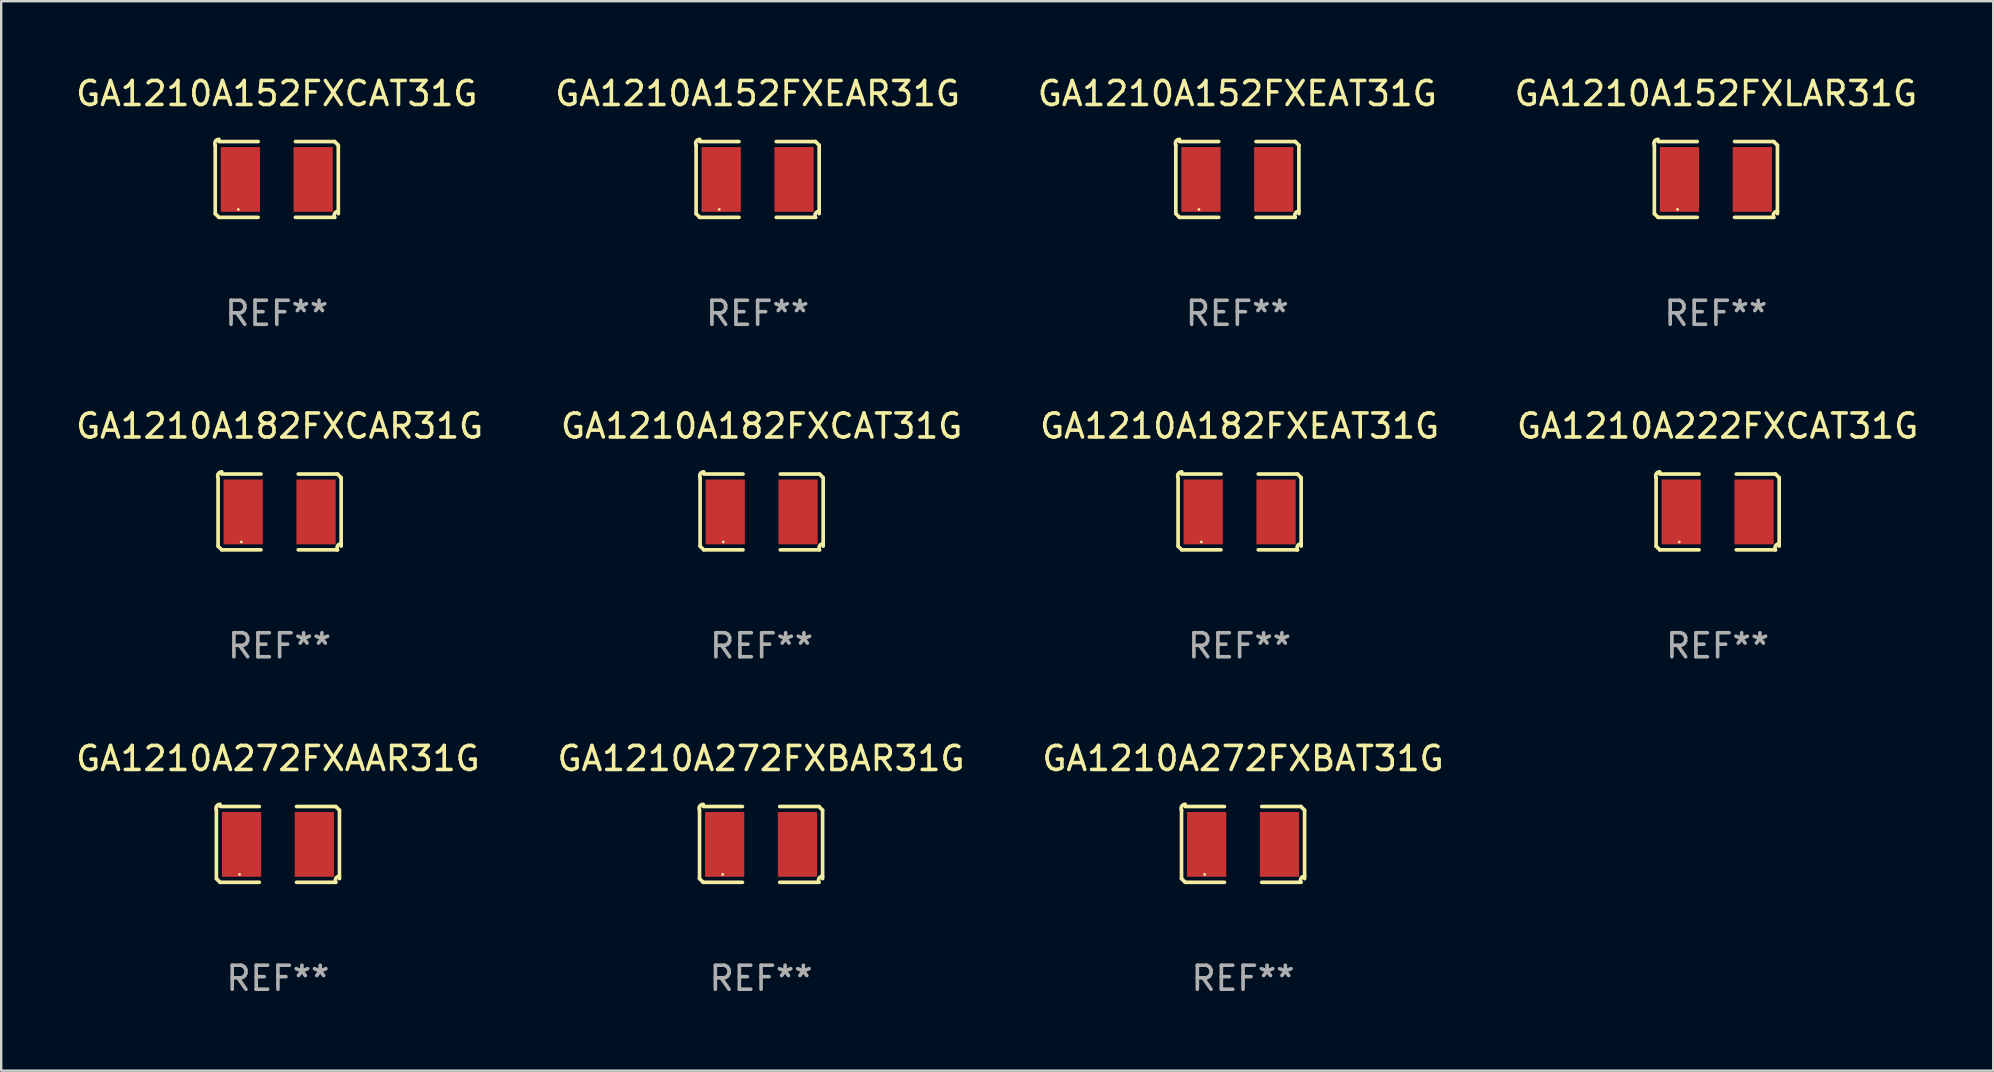
<source format=kicad_pcb>
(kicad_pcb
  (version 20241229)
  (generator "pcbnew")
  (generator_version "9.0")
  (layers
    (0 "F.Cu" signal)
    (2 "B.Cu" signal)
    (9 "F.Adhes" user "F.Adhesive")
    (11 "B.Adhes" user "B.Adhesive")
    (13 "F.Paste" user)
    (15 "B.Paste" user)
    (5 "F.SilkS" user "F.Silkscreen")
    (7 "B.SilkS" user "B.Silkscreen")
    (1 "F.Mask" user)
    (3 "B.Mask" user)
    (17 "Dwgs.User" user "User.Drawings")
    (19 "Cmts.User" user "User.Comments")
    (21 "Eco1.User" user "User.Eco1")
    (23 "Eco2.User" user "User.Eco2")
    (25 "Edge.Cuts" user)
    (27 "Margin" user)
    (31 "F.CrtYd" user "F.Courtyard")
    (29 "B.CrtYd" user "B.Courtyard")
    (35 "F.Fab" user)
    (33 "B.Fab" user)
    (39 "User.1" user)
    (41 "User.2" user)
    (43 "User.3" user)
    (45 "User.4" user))
  (footprint "GA1210A182FXCAT31G"
    (layer "F.Cu")
    (at 28.685 18.281)
    (property "Reference" "GA1210A182FXCAT31G" (at 0 -3.579 0) (layer "F.SilkS") (effects (font (size 1 1) (thickness 0.15))))
    (attr through_hole)
    (fp_line (start -2.564 1.426) (end -2.564 -1.426) (stroke (width 0.152) (type solid)) (layer "F.SilkS"))
    (fp_line (start -2.411 -1.579) (end -0.776 -1.579) (stroke (width 0.152) (type solid)) (layer "F.SilkS"))
    (fp_line (start -0.776 1.579) (end -2.411 1.579) (stroke (width 0.152) (type solid)) (layer "F.SilkS"))
    (fp_line (start 0.776 1.579) (end 2.411 1.579) (stroke (width 0.152) (type solid)) (layer "F.SilkS"))
    (fp_line (start 2.411 -1.579) (end 0.776 -1.579) (stroke (width 0.152) (type solid)) (layer "F.SilkS"))
    (fp_line (start 2.564 1.426) (end 2.564 -1.426) (stroke (width 0.152) (type solid)) (layer "F.SilkS"))
    (fp_arc (start -2.563602 -1.426213) (mid -2.555597 -1.591233) (end -2.411201 -1.671518) (stroke (width 0.1524) (type solid)) (layer "F.SilkS"))
    (fp_arc (start -2.5636 1.426214) (mid -2.487389 1.502402) (end -2.411201 1.578613) (stroke (width 0.1524) (type solid)) (layer "F.SilkS"))
    (fp_arc (start 2.411197 -1.578618) (mid 2.487403 -1.502419) (end 2.563602 -1.426213) (stroke (width 0.1524) (type solid)) (layer "F.SilkS"))
    (fp_arc (start 2.411201 1.578613) (mid 2.416214 1.409455) (end 2.563602 1.32629) (stroke (width 0.1524) (type solid)) (layer "F.SilkS"))
    (fp_circle (center -1.6 1.25) (end -1.57 1.25) (stroke (width 0.06) (type solid)) (fill no) (layer "F.SilkS"))
    (fp_text user "REF**" (at 0 5.579 0) (layer "F.Fab") (effects (font (size 1 1) (thickness 0.15))))
    (pad "1" smd rect (at -1.517 0) (size 1.635 2.7) (layers "F.Cu" "F.Mask" "F.Paste"))
    (pad "2" smd rect (at 1.517 0) (size 1.635 2.7) (layers "F.Cu" "F.Mask" "F.Paste")))
  (footprint "GA1210A272FXBAR31G"
    (layer "F.Cu")
    (at 28.661 32.134)
    (property "Reference" "GA1210A272FXBAR31G" (at 0 -3.579 0) (layer "F.SilkS") (effects (font (size 1 1) (thickness 0.15))))
    (attr through_hole)
    (fp_line (start -2.564 1.426) (end -2.564 -1.426) (stroke (width 0.152) (type solid)) (layer "F.SilkS"))
    (fp_line (start -2.411 -1.579) (end -0.776 -1.579) (stroke (width 0.152) (type solid)) (layer "F.SilkS"))
    (fp_line (start -0.776 1.579) (end -2.411 1.579) (stroke (width 0.152) (type solid)) (layer "F.SilkS"))
    (fp_line (start 0.776 1.579) (end 2.411 1.579) (stroke (width 0.152) (type solid)) (layer "F.SilkS"))
    (fp_line (start 2.411 -1.579) (end 0.776 -1.579) (stroke (width 0.152) (type solid)) (layer "F.SilkS"))
    (fp_line (start 2.564 1.426) (end 2.564 -1.426) (stroke (width 0.152) (type solid)) (layer "F.SilkS"))
    (fp_arc (start -2.563602 -1.426213) (mid -2.555597 -1.591233) (end -2.411201 -1.671518) (stroke (width 0.1524) (type solid)) (layer "F.SilkS"))
    (fp_arc (start -2.5636 1.426214) (mid -2.487389 1.502402) (end -2.411201 1.578613) (stroke (width 0.1524) (type solid)) (layer "F.SilkS"))
    (fp_arc (start 2.411197 -1.578618) (mid 2.487403 -1.502419) (end 2.563602 -1.426213) (stroke (width 0.1524) (type solid)) (layer "F.SilkS"))
    (fp_arc (start 2.411201 1.578613) (mid 2.416214 1.409455) (end 2.563602 1.32629) (stroke (width 0.1524) (type solid)) (layer "F.SilkS"))
    (fp_circle (center -1.6 1.25) (end -1.57 1.25) (stroke (width 0.06) (type solid)) (fill no) (layer "F.SilkS"))
    (fp_text user "REF**" (at 0 5.579 0) (layer "F.Fab") (effects (font (size 1 1) (thickness 0.15))))
    (pad "1" smd rect (at -1.517 0) (size 1.635 2.7) (layers "F.Cu" "F.Mask" "F.Paste"))
    (pad "2" smd rect (at 1.517 0) (size 1.635 2.7) (layers "F.Cu" "F.Mask" "F.Paste")))
  (footprint "GA1210A222FXCAT31G"
    (layer "F.Cu")
    (at 68.518 18.281)
    (property "Reference" "GA1210A222FXCAT31G" (at 0 -3.579 0) (layer "F.SilkS") (effects (font (size 1 1) (thickness 0.15))))
    (attr through_hole)
    (fp_line (start -2.564 1.426) (end -2.564 -1.426) (stroke (width 0.152) (type solid)) (layer "F.SilkS"))
    (fp_line (start -2.411 -1.579) (end -0.776 -1.579) (stroke (width 0.152) (type solid)) (layer "F.SilkS"))
    (fp_line (start -0.776 1.579) (end -2.411 1.579) (stroke (width 0.152) (type solid)) (layer "F.SilkS"))
    (fp_line (start 0.776 1.579) (end 2.411 1.579) (stroke (width 0.152) (type solid)) (layer "F.SilkS"))
    (fp_line (start 2.411 -1.579) (end 0.776 -1.579) (stroke (width 0.152) (type solid)) (layer "F.SilkS"))
    (fp_line (start 2.564 1.426) (end 2.564 -1.426) (stroke (width 0.152) (type solid)) (layer "F.SilkS"))
    (fp_arc (start -2.563602 -1.426213) (mid -2.555597 -1.591233) (end -2.411201 -1.671518) (stroke (width 0.1524) (type solid)) (layer "F.SilkS"))
    (fp_arc (start -2.5636 1.426214) (mid -2.487389 1.502402) (end -2.411201 1.578613) (stroke (width 0.1524) (type solid)) (layer "F.SilkS"))
    (fp_arc (start 2.411197 -1.578618) (mid 2.487403 -1.502419) (end 2.563602 -1.426213) (stroke (width 0.1524) (type solid)) (layer "F.SilkS"))
    (fp_arc (start 2.411201 1.578613) (mid 2.416214 1.409455) (end 2.563602 1.32629) (stroke (width 0.1524) (type solid)) (layer "F.SilkS"))
    (fp_circle (center -1.6 1.25) (end -1.57 1.25) (stroke (width 0.06) (type solid)) (fill no) (layer "F.SilkS"))
    (fp_text user "REF**" (at 0 5.579 0) (layer "F.Fab") (effects (font (size 1 1) (thickness 0.15))))
    (pad "1" smd rect (at -1.517 0) (size 1.635 2.7) (layers "F.Cu" "F.Mask" "F.Paste"))
    (pad "2" smd rect (at 1.517 0) (size 1.635 2.7) (layers "F.Cu" "F.Mask" "F.Paste")))
  (footprint "GA1210A152FXCAT31G"
    (layer "F.Cu")
    (at 8.482 4.427)
    (property "Reference" "GA1210A152FXCAT31G" (at 0 -3.579 0) (layer "F.SilkS") (effects (font (size 1 1) (thickness 0.15))))
    (attr through_hole)
    (fp_line (start -2.564 1.426) (end -2.564 -1.426) (stroke (width 0.152) (type solid)) (layer "F.SilkS"))
    (fp_line (start -2.411 -1.579) (end -0.776 -1.579) (stroke (width 0.152) (type solid)) (layer "F.SilkS"))
    (fp_line (start -0.776 1.579) (end -2.411 1.579) (stroke (width 0.152) (type solid)) (layer "F.SilkS"))
    (fp_line (start 0.776 1.579) (end 2.411 1.579) (stroke (width 0.152) (type solid)) (layer "F.SilkS"))
    (fp_line (start 2.411 -1.579) (end 0.776 -1.579) (stroke (width 0.152) (type solid)) (layer "F.SilkS"))
    (fp_line (start 2.564 1.426) (end 2.564 -1.426) (stroke (width 0.152) (type solid)) (layer "F.SilkS"))
    (fp_arc (start -2.563602 -1.426213) (mid -2.555597 -1.591233) (end -2.411201 -1.671518) (stroke (width 0.1524) (type solid)) (layer "F.SilkS"))
    (fp_arc (start -2.5636 1.426214) (mid -2.487389 1.502402) (end -2.411201 1.578613) (stroke (width 0.1524) (type solid)) (layer "F.SilkS"))
    (fp_arc (start 2.411197 -1.578618) (mid 2.487403 -1.502419) (end 2.563602 -1.426213) (stroke (width 0.1524) (type solid)) (layer "F.SilkS"))
    (fp_arc (start 2.411201 1.578613) (mid 2.416214 1.409455) (end 2.563602 1.32629) (stroke (width 0.1524) (type solid)) (layer "F.SilkS"))
    (fp_circle (center -1.6 1.25) (end -1.57 1.25) (stroke (width 0.06) (type solid)) (fill no) (layer "F.SilkS"))
    (fp_text user "REF**" (at 0 5.579 0) (layer "F.Fab") (effects (font (size 1 1) (thickness 0.15))))
    (pad "1" smd rect (at -1.517 0) (size 1.635 2.7) (layers "F.Cu" "F.Mask" "F.Paste"))
    (pad "2" smd rect (at 1.517 0) (size 1.635 2.7) (layers "F.Cu" "F.Mask" "F.Paste")))
  (footprint "GA1210A182FXCAR31G"
    (layer "F.Cu")
    (at 8.601 18.281)
    (property "Reference" "GA1210A182FXCAR31G" (at 0 -3.579 0) (layer "F.SilkS") (effects (font (size 1 1) (thickness 0.15))))
    (attr through_hole)
    (fp_line (start -2.564 1.426) (end -2.564 -1.426) (stroke (width 0.152) (type solid)) (layer "F.SilkS"))
    (fp_line (start -2.411 -1.579) (end -0.776 -1.579) (stroke (width 0.152) (type solid)) (layer "F.SilkS"))
    (fp_line (start -0.776 1.579) (end -2.411 1.579) (stroke (width 0.152) (type solid)) (layer "F.SilkS"))
    (fp_line (start 0.776 1.579) (end 2.411 1.579) (stroke (width 0.152) (type solid)) (layer "F.SilkS"))
    (fp_line (start 2.411 -1.579) (end 0.776 -1.579) (stroke (width 0.152) (type solid)) (layer "F.SilkS"))
    (fp_line (start 2.564 1.426) (end 2.564 -1.426) (stroke (width 0.152) (type solid)) (layer "F.SilkS"))
    (fp_arc (start -2.563602 -1.426213) (mid -2.555597 -1.591233) (end -2.411201 -1.671518) (stroke (width 0.1524) (type solid)) (layer "F.SilkS"))
    (fp_arc (start -2.5636 1.426214) (mid -2.487389 1.502402) (end -2.411201 1.578613) (stroke (width 0.1524) (type solid)) (layer "F.SilkS"))
    (fp_arc (start 2.411197 -1.578618) (mid 2.487403 -1.502419) (end 2.563602 -1.426213) (stroke (width 0.1524) (type solid)) (layer "F.SilkS"))
    (fp_arc (start 2.411201 1.578613) (mid 2.416214 1.409455) (end 2.563602 1.32629) (stroke (width 0.1524) (type solid)) (layer "F.SilkS"))
    (fp_circle (center -1.6 1.25) (end -1.57 1.25) (stroke (width 0.06) (type solid)) (fill no) (layer "F.SilkS"))
    (fp_text user "REF**" (at 0 5.579 0) (layer "F.Fab") (effects (font (size 1 1) (thickness 0.15))))
    (pad "1" smd rect (at -1.517 0) (size 1.635 2.7) (layers "F.Cu" "F.Mask" "F.Paste"))
    (pad "2" smd rect (at 1.517 0) (size 1.635 2.7) (layers "F.Cu" "F.Mask" "F.Paste")))
  (footprint "GA1210A272FXBAT31G"
    (layer "F.Cu")
    (at 48.744 32.134)
    (property "Reference" "GA1210A272FXBAT31G" (at 0 -3.579 0) (layer "F.SilkS") (effects (font (size 1 1) (thickness 0.15))))
    (attr through_hole)
    (fp_line (start -2.564 1.426) (end -2.564 -1.426) (stroke (width 0.152) (type solid)) (layer "F.SilkS"))
    (fp_line (start -2.411 -1.579) (end -0.776 -1.579) (stroke (width 0.152) (type solid)) (layer "F.SilkS"))
    (fp_line (start -0.776 1.579) (end -2.411 1.579) (stroke (width 0.152) (type solid)) (layer "F.SilkS"))
    (fp_line (start 0.776 1.579) (end 2.411 1.579) (stroke (width 0.152) (type solid)) (layer "F.SilkS"))
    (fp_line (start 2.411 -1.579) (end 0.776 -1.579) (stroke (width 0.152) (type solid)) (layer "F.SilkS"))
    (fp_line (start 2.564 1.426) (end 2.564 -1.426) (stroke (width 0.152) (type solid)) (layer "F.SilkS"))
    (fp_arc (start -2.563602 -1.426213) (mid -2.555597 -1.591233) (end -2.411201 -1.671518) (stroke (width 0.1524) (type solid)) (layer "F.SilkS"))
    (fp_arc (start -2.5636 1.426214) (mid -2.487389 1.502402) (end -2.411201 1.578613) (stroke (width 0.1524) (type solid)) (layer "F.SilkS"))
    (fp_arc (start 2.411197 -1.578618) (mid 2.487403 -1.502419) (end 2.563602 -1.426213) (stroke (width 0.1524) (type solid)) (layer "F.SilkS"))
    (fp_arc (start 2.411201 1.578613) (mid 2.416214 1.409455) (end 2.563602 1.32629) (stroke (width 0.1524) (type solid)) (layer "F.SilkS"))
    (fp_circle (center -1.6 1.25) (end -1.57 1.25) (stroke (width 0.06) (type solid)) (fill no) (layer "F.SilkS"))
    (fp_text user "REF**" (at 0 5.579 0) (layer "F.Fab") (effects (font (size 1 1) (thickness 0.15))))
    (pad "1" smd rect (at -1.517 0) (size 1.635 2.7) (layers "F.Cu" "F.Mask" "F.Paste"))
    (pad "2" smd rect (at 1.517 0) (size 1.635 2.7) (layers "F.Cu" "F.Mask" "F.Paste")))
  (footprint "GA1210A152FXEAR31G"
    (layer "F.Cu")
    (at 28.518 4.427)
    (property "Reference" "GA1210A152FXEAR31G" (at 0 -3.579 0) (layer "F.SilkS") (effects (font (size 1 1) (thickness 0.15))))
    (attr through_hole)
    (fp_line (start -2.564 1.426) (end -2.564 -1.426) (stroke (width 0.152) (type solid)) (layer "F.SilkS"))
    (fp_line (start -2.411 -1.579) (end -0.776 -1.579) (stroke (width 0.152) (type solid)) (layer "F.SilkS"))
    (fp_line (start -0.776 1.579) (end -2.411 1.579) (stroke (width 0.152) (type solid)) (layer "F.SilkS"))
    (fp_line (start 0.776 1.579) (end 2.411 1.579) (stroke (width 0.152) (type solid)) (layer "F.SilkS"))
    (fp_line (start 2.411 -1.579) (end 0.776 -1.579) (stroke (width 0.152) (type solid)) (layer "F.SilkS"))
    (fp_line (start 2.564 1.426) (end 2.564 -1.426) (stroke (width 0.152) (type solid)) (layer "F.SilkS"))
    (fp_arc (start -2.563602 -1.426213) (mid -2.555597 -1.591233) (end -2.411201 -1.671518) (stroke (width 0.1524) (type solid)) (layer "F.SilkS"))
    (fp_arc (start -2.5636 1.426214) (mid -2.487389 1.502402) (end -2.411201 1.578613) (stroke (width 0.1524) (type solid)) (layer "F.SilkS"))
    (fp_arc (start 2.411197 -1.578618) (mid 2.487403 -1.502419) (end 2.563602 -1.426213) (stroke (width 0.1524) (type solid)) (layer "F.SilkS"))
    (fp_arc (start 2.411201 1.578613) (mid 2.416214 1.409455) (end 2.563602 1.32629) (stroke (width 0.1524) (type solid)) (layer "F.SilkS"))
    (fp_circle (center -1.6 1.25) (end -1.57 1.25) (stroke (width 0.06) (type solid)) (fill no) (layer "F.SilkS"))
    (fp_text user "REF**" (at 0 5.579 0) (layer "F.Fab") (effects (font (size 1 1) (thickness 0.15))))
    (pad "1" smd rect (at -1.517 0) (size 1.635 2.7) (layers "F.Cu" "F.Mask" "F.Paste"))
    (pad "2" smd rect (at 1.517 0) (size 1.635 2.7) (layers "F.Cu" "F.Mask" "F.Paste")))
  (footprint "GA1210A182FXEAT31G"
    (layer "F.Cu")
    (at 48.601 18.281)
    (property "Reference" "GA1210A182FXEAT31G" (at 0 -3.579 0) (layer "F.SilkS") (effects (font (size 1 1) (thickness 0.15))))
    (attr through_hole)
    (fp_line (start -2.564 1.426) (end -2.564 -1.426) (stroke (width 0.152) (type solid)) (layer "F.SilkS"))
    (fp_line (start -2.411 -1.579) (end -0.776 -1.579) (stroke (width 0.152) (type solid)) (layer "F.SilkS"))
    (fp_line (start -0.776 1.579) (end -2.411 1.579) (stroke (width 0.152) (type solid)) (layer "F.SilkS"))
    (fp_line (start 0.776 1.579) (end 2.411 1.579) (stroke (width 0.152) (type solid)) (layer "F.SilkS"))
    (fp_line (start 2.411 -1.579) (end 0.776 -1.579) (stroke (width 0.152) (type solid)) (layer "F.SilkS"))
    (fp_line (start 2.564 1.426) (end 2.564 -1.426) (stroke (width 0.152) (type solid)) (layer "F.SilkS"))
    (fp_arc (start -2.563602 -1.426213) (mid -2.555597 -1.591233) (end -2.411201 -1.671518) (stroke (width 0.1524) (type solid)) (layer "F.SilkS"))
    (fp_arc (start -2.5636 1.426214) (mid -2.487389 1.502402) (end -2.411201 1.578613) (stroke (width 0.1524) (type solid)) (layer "F.SilkS"))
    (fp_arc (start 2.411197 -1.578618) (mid 2.487403 -1.502419) (end 2.563602 -1.426213) (stroke (width 0.1524) (type solid)) (layer "F.SilkS"))
    (fp_arc (start 2.411201 1.578613) (mid 2.416214 1.409455) (end 2.563602 1.32629) (stroke (width 0.1524) (type solid)) (layer "F.SilkS"))
    (fp_circle (center -1.6 1.25) (end -1.57 1.25) (stroke (width 0.06) (type solid)) (fill no) (layer "F.SilkS"))
    (fp_text user "REF**" (at 0 5.579 0) (layer "F.Fab") (effects (font (size 1 1) (thickness 0.15))))
    (pad "1" smd rect (at -1.517 0) (size 1.635 2.7) (layers "F.Cu" "F.Mask" "F.Paste"))
    (pad "2" smd rect (at 1.517 0) (size 1.635 2.7) (layers "F.Cu" "F.Mask" "F.Paste")))
  (footprint "GA1210A272FXAAR31G"
    (layer "F.Cu")
    (at 8.53 32.134)
    (property "Reference" "GA1210A272FXAAR31G" (at 0 -3.579 0) (layer "F.SilkS") (effects (font (size 1 1) (thickness 0.15))))
    (attr through_hole)
    (fp_line (start -2.564 1.426) (end -2.564 -1.426) (stroke (width 0.152) (type solid)) (layer "F.SilkS"))
    (fp_line (start -2.411 -1.579) (end -0.776 -1.579) (stroke (width 0.152) (type solid)) (layer "F.SilkS"))
    (fp_line (start -0.776 1.579) (end -2.411 1.579) (stroke (width 0.152) (type solid)) (layer "F.SilkS"))
    (fp_line (start 0.776 1.579) (end 2.411 1.579) (stroke (width 0.152) (type solid)) (layer "F.SilkS"))
    (fp_line (start 2.411 -1.579) (end 0.776 -1.579) (stroke (width 0.152) (type solid)) (layer "F.SilkS"))
    (fp_line (start 2.564 1.426) (end 2.564 -1.426) (stroke (width 0.152) (type solid)) (layer "F.SilkS"))
    (fp_arc (start -2.563602 -1.426213) (mid -2.555597 -1.591233) (end -2.411201 -1.671518) (stroke (width 0.1524) (type solid)) (layer "F.SilkS"))
    (fp_arc (start -2.5636 1.426214) (mid -2.487389 1.502402) (end -2.411201 1.578613) (stroke (width 0.1524) (type solid)) (layer "F.SilkS"))
    (fp_arc (start 2.411197 -1.578618) (mid 2.487403 -1.502419) (end 2.563602 -1.426213) (stroke (width 0.1524) (type solid)) (layer "F.SilkS"))
    (fp_arc (start 2.411201 1.578613) (mid 2.416214 1.409455) (end 2.563602 1.32629) (stroke (width 0.1524) (type solid)) (layer "F.SilkS"))
    (fp_circle (center -1.6 1.25) (end -1.57 1.25) (stroke (width 0.06) (type solid)) (fill no) (layer "F.SilkS"))
    (fp_text user "REF**" (at 0 5.579 0) (layer "F.Fab") (effects (font (size 1 1) (thickness 0.15))))
    (pad "1" smd rect (at -1.517 0) (size 1.635 2.7) (layers "F.Cu" "F.Mask" "F.Paste"))
    (pad "2" smd rect (at 1.517 0) (size 1.635 2.7) (layers "F.Cu" "F.Mask" "F.Paste")))
  (footprint "GA1210A152FXLAR31G"
    (layer "F.Cu")
    (at 68.446 4.427)
    (property "Reference" "GA1210A152FXLAR31G" (at 0 -3.579 0) (layer "F.SilkS") (effects (font (size 1 1) (thickness 0.15))))
    (attr through_hole)
    (fp_line (start -2.564 1.426) (end -2.564 -1.426) (stroke (width 0.152) (type solid)) (layer "F.SilkS"))
    (fp_line (start -2.411 -1.579) (end -0.776 -1.579) (stroke (width 0.152) (type solid)) (layer "F.SilkS"))
    (fp_line (start -0.776 1.579) (end -2.411 1.579) (stroke (width 0.152) (type solid)) (layer "F.SilkS"))
    (fp_line (start 0.776 1.579) (end 2.411 1.579) (stroke (width 0.152) (type solid)) (layer "F.SilkS"))
    (fp_line (start 2.411 -1.579) (end 0.776 -1.579) (stroke (width 0.152) (type solid)) (layer "F.SilkS"))
    (fp_line (start 2.564 1.426) (end 2.564 -1.426) (stroke (width 0.152) (type solid)) (layer "F.SilkS"))
    (fp_arc (start -2.563602 -1.426213) (mid -2.555597 -1.591233) (end -2.411201 -1.671518) (stroke (width 0.1524) (type solid)) (layer "F.SilkS"))
    (fp_arc (start -2.5636 1.426214) (mid -2.487389 1.502402) (end -2.411201 1.578613) (stroke (width 0.1524) (type solid)) (layer "F.SilkS"))
    (fp_arc (start 2.411197 -1.578618) (mid 2.487403 -1.502419) (end 2.563602 -1.426213) (stroke (width 0.1524) (type solid)) (layer "F.SilkS"))
    (fp_arc (start 2.411201 1.578613) (mid 2.416214 1.409455) (end 2.563602 1.32629) (stroke (width 0.1524) (type solid)) (layer "F.SilkS"))
    (fp_circle (center -1.6 1.25) (end -1.57 1.25) (stroke (width 0.06) (type solid)) (fill no) (layer "F.SilkS"))
    (fp_text user "REF**" (at 0 5.579 0) (layer "F.Fab") (effects (font (size 1 1) (thickness 0.15))))
    (pad "1" smd rect (at -1.517 0) (size 1.635 2.7) (layers "F.Cu" "F.Mask" "F.Paste"))
    (pad "2" smd rect (at 1.517 0) (size 1.635 2.7) (layers "F.Cu" "F.Mask" "F.Paste")))
  (footprint "GA1210A152FXEAT31G"
    (layer "F.Cu")
    (at 48.506 4.427)
    (property "Reference" "GA1210A152FXEAT31G" (at 0 -3.579 0) (layer "F.SilkS") (effects (font (size 1 1) (thickness 0.15))))
    (attr through_hole)
    (fp_line (start -2.564 1.426) (end -2.564 -1.426) (stroke (width 0.152) (type solid)) (layer "F.SilkS"))
    (fp_line (start -2.411 -1.579) (end -0.776 -1.579) (stroke (width 0.152) (type solid)) (layer "F.SilkS"))
    (fp_line (start -0.776 1.579) (end -2.411 1.579) (stroke (width 0.152) (type solid)) (layer "F.SilkS"))
    (fp_line (start 0.776 1.579) (end 2.411 1.579) (stroke (width 0.152) (type solid)) (layer "F.SilkS"))
    (fp_line (start 2.411 -1.579) (end 0.776 -1.579) (stroke (width 0.152) (type solid)) (layer "F.SilkS"))
    (fp_line (start 2.564 1.426) (end 2.564 -1.426) (stroke (width 0.152) (type solid)) (layer "F.SilkS"))
    (fp_arc (start -2.563602 -1.426213) (mid -2.555597 -1.591233) (end -2.411201 -1.671518) (stroke (width 0.1524) (type solid)) (layer "F.SilkS"))
    (fp_arc (start -2.5636 1.426214) (mid -2.487389 1.502402) (end -2.411201 1.578613) (stroke (width 0.1524) (type solid)) (layer "F.SilkS"))
    (fp_arc (start 2.411197 -1.578618) (mid 2.487403 -1.502419) (end 2.563602 -1.426213) (stroke (width 0.1524) (type solid)) (layer "F.SilkS"))
    (fp_arc (start 2.411201 1.578613) (mid 2.416214 1.409455) (end 2.563602 1.32629) (stroke (width 0.1524) (type solid)) (layer "F.SilkS"))
    (fp_circle (center -1.6 1.25) (end -1.57 1.25) (stroke (width 0.06) (type solid)) (fill no) (layer "F.SilkS"))
    (fp_text user "REF**" (at 0 5.579 0) (layer "F.Fab") (effects (font (size 1 1) (thickness 0.15))))
    (pad "1" smd rect (at -1.517 0) (size 1.635 2.7) (layers "F.Cu" "F.Mask" "F.Paste"))
    (pad "2" smd rect (at 1.517 0) (size 1.635 2.7) (layers "F.Cu" "F.Mask" "F.Paste")))
  (gr_rect
    (start -3 -3)
    (end 80 41.561)
    (stroke (width 0.1) (type default))
    (fill no)
    (layer "Edge.Cuts")))
</source>
